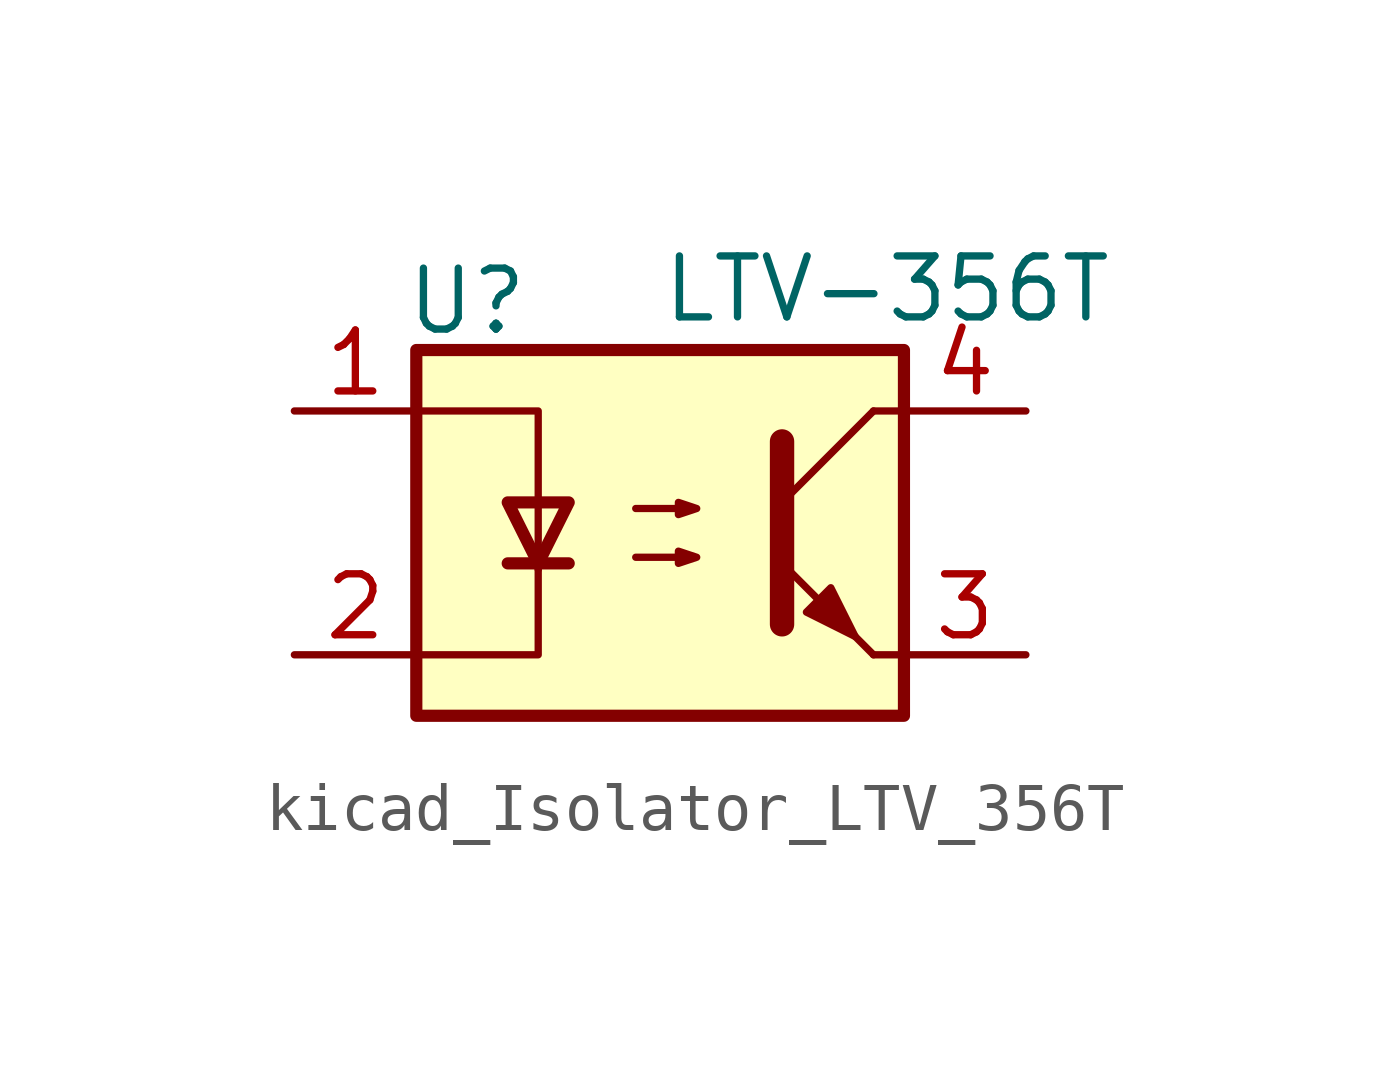
<source format=kicad_sym>
(kicad_symbol_lib
  (version 20220914)
  (generator kicad_symbol_editor)
  (symbol "kicad_Isolator_LTV_356T"
    (pin_names
      (offset 1.016))
    (property "Reference" "U"
      (at -5.334 4.826 0)
      (effects (font (size 1.27 1.27)) (justify left)))
    (property "Value" "LTV-356T"
      (at 0 5.08 0)
      (effects (font (size 1.27 1.27)) (justify left)))
    (symbol "kicad_Isolator_LTV_356T_0_1"
      (rectangle (start -5.08 3.81) (end 5.08 -3.81) (stroke (width 0.254) (type default)) (fill (type background)))
      (polyline (pts (xy -3.175 -0.635) (xy -1.905 -0.635)) (stroke (width 0.254) (type default)) (fill (type none)))
      (polyline (pts (xy 2.54 0.635) (xy 4.445 2.54)) (stroke (width 0) (type default)) (fill (type none)))
      (polyline (pts (xy 4.445 -2.54) (xy 2.54 -0.635)) (stroke (width 0) (type default)) (fill (type outline)))
      (polyline (pts (xy 4.445 -2.54) (xy 5.08 -2.54)) (stroke (width 0) (type default)) (fill (type none)))
      (polyline (pts (xy 4.445 2.54) (xy 5.08 2.54)) (stroke (width 0) (type default)) (fill (type none)))
      (polyline (pts (xy -5.08 2.54) (xy -2.54 2.54) (xy -2.54 -0.762)) (stroke (width 0) (type default)) (fill (type none)))
      (polyline (pts (xy -2.54 -0.635) (xy -2.54 -2.54) (xy -5.08 -2.54)) (stroke (width 0) (type default)) (fill (type none)))
      (polyline (pts (xy 2.54 1.905) (xy 2.54 -1.905) (xy 2.54 -1.905)) (stroke (width 0.508) (type default)) (fill (type none)))
      (polyline (pts (xy -2.54 -0.635) (xy -3.175 0.635) (xy -1.905 0.635) (xy -2.54 -0.635)) (stroke (width 0.254) (type default)) (fill (type none)))
      (polyline (pts (xy -0.508 -0.508) (xy 0.762 -0.508) (xy 0.381 -0.635) (xy 0.381 -0.381) (xy 0.762 -0.508)) (stroke (width 0) (type default)) (fill (type none)))
      (polyline (pts (xy -0.508 0.508) (xy 0.762 0.508) (xy 0.381 0.381) (xy 0.381 0.635) (xy 0.762 0.508)) (stroke (width 0) (type default)) (fill (type none)))
      (polyline (pts (xy 3.048 -1.651) (xy 3.556 -1.143) (xy 4.064 -2.159) (xy 3.048 -1.651) (xy 3.048 -1.651)) (stroke (width 0) (type default)) (fill (type outline))))
    (symbol "kicad_Isolator_LTV_356T_1_1"
      (pin passive line (at -7.62 2.54 0) (length 2.54) (name "~" (effects (font (size 1.27 1.27)))) (number "1" (effects (font (size 1.27 1.27)))))
      (pin passive line (at -7.62 -2.54 0) (length 2.54) (name "~" (effects (font (size 1.27 1.27)))) (number "2" (effects (font (size 1.27 1.27)))))
      (pin passive line (at 7.62 -2.54 180) (length 2.54) (name "~" (effects (font (size 1.27 1.27)))) (number "3" (effects (font (size 1.27 1.27)))))
      (pin passive line (at 7.62 2.54 180) (length 2.54) (name "~" (effects (font (size 1.27 1.27)))) (number "4" (effects (font (size 1.27 1.27))))))))
</source>
